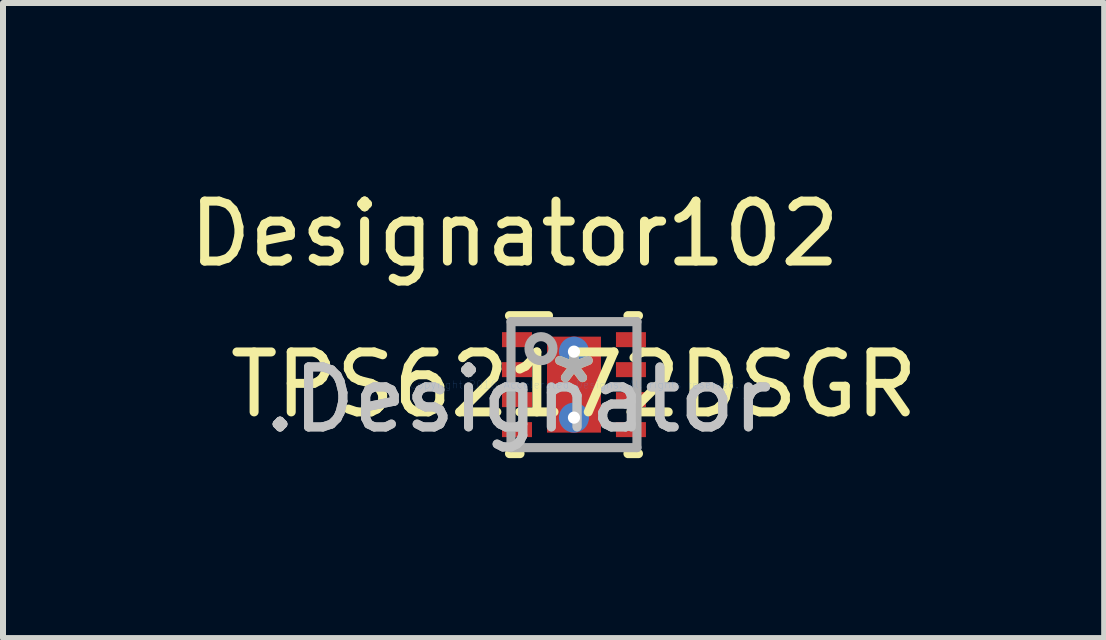
<source format=kicad_pcb>
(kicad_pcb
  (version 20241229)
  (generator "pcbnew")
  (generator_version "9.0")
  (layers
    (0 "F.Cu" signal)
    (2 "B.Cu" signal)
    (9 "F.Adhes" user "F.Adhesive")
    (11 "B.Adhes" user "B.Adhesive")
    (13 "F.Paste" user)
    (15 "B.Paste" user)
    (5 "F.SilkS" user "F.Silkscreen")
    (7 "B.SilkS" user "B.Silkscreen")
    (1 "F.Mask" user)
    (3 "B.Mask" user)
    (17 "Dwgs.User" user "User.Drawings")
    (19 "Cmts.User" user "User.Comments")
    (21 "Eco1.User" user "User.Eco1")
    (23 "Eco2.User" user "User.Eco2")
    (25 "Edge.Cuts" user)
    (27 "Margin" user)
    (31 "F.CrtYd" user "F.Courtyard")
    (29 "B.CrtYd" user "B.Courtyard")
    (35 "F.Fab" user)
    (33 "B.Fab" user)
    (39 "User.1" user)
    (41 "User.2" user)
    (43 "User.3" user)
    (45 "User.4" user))
  (footprint "TPS62172DSGR"
    (layer "F.Cu")
    (at 6.52 3.363)
    (property "Reference" "TPS62172DSGR" (at 0 0 0) (layer "F.SilkS") (effects (font (size 1 1) (thickness 0.15))))
    (attr through_hole)
    (fp_line (start -1.075 -1.15) (end -0.425 -1.15) (stroke (width 0.152) (type solid)) (layer "F.SilkS"))
    (fp_line (start -1.075 1.15) (end -0.9 1.15) (stroke (width 0.152) (type solid)) (layer "F.SilkS"))
    (fp_line (start 0.9 -1.15) (end 1.075 -1.15) (stroke (width 0.152) (type solid)) (layer "F.SilkS"))
    (fp_line (start 0.9 1.15) (end 1.075 1.15) (stroke (width 0.152) (type solid)) (layer "F.SilkS"))
    (fp_line (start -0.45 -0.751) (end -0.449 -0.761) (stroke (width 0.152) (type solid)) (layer "F.Paste"))
    (fp_line (start -0.45 -0.149) (end -0.45 -0.751) (stroke (width 0.152) (type solid)) (layer "F.Paste"))
    (fp_line (start -0.45 0.149) (end -0.449 0.139) (stroke (width 0.152) (type solid)) (layer "F.Paste"))
    (fp_line (start -0.45 0.751) (end -0.45 0.149) (stroke (width 0.152) (type solid)) (layer "F.Paste"))
    (fp_line (start -0.449 -0.761) (end -0.446 -0.77) (stroke (width 0.152) (type solid)) (layer "F.Paste"))
    (fp_line (start -0.449 -0.139) (end -0.45 -0.149) (stroke (width 0.152) (type solid)) (layer "F.Paste"))
    (fp_line (start -0.449 0.139) (end -0.446 0.13) (stroke (width 0.152) (type solid)) (layer "F.Paste"))
    (fp_line (start -0.449 0.761) (end -0.45 0.751) (stroke (width 0.152) (type solid)) (layer "F.Paste"))
    (fp_line (start -0.446 -0.77) (end -0.442 -0.778) (stroke (width 0.152) (type solid)) (layer "F.Paste"))
    (fp_line (start -0.446 -0.13) (end -0.449 -0.139) (stroke (width 0.152) (type solid)) (layer "F.Paste"))
    (fp_line (start -0.446 0.13) (end -0.442 0.122) (stroke (width 0.152) (type solid)) (layer "F.Paste"))
    (fp_line (start -0.446 0.77) (end -0.449 0.761) (stroke (width 0.152) (type solid)) (layer "F.Paste"))
    (fp_line (start -0.442 -0.778) (end -0.436 -0.786) (stroke (width 0.152) (type solid)) (layer "F.Paste"))
    (fp_line (start -0.442 -0.122) (end -0.446 -0.13) (stroke (width 0.152) (type solid)) (layer "F.Paste"))
    (fp_line (start -0.442 0.122) (end -0.436 0.114) (stroke (width 0.152) (type solid)) (layer "F.Paste"))
    (fp_line (start -0.442 0.778) (end -0.446 0.77) (stroke (width 0.152) (type solid)) (layer "F.Paste"))
    (fp_line (start -0.436 -0.786) (end -0.428 -0.792) (stroke (width 0.152) (type solid)) (layer "F.Paste"))
    (fp_line (start -0.436 -0.114) (end -0.442 -0.122) (stroke (width 0.152) (type solid)) (layer "F.Paste"))
    (fp_line (start -0.436 0.114) (end -0.428 0.108) (stroke (width 0.152) (type solid)) (layer "F.Paste"))
    (fp_line (start -0.436 0.786) (end -0.442 0.778) (stroke (width 0.152) (type solid)) (layer "F.Paste"))
    (fp_line (start -0.428 -0.792) (end -0.42 -0.796) (stroke (width 0.152) (type solid)) (layer "F.Paste"))
    (fp_line (start -0.428 -0.108) (end -0.436 -0.114) (stroke (width 0.152) (type solid)) (layer "F.Paste"))
    (fp_line (start -0.428 0.108) (end -0.42 0.104) (stroke (width 0.152) (type solid)) (layer "F.Paste"))
    (fp_line (start -0.428 0.792) (end -0.436 0.786) (stroke (width 0.152) (type solid)) (layer "F.Paste"))
    (fp_line (start -0.42 -0.796) (end -0.411 -0.799) (stroke (width 0.152) (type solid)) (layer "F.Paste"))
    (fp_line (start -0.42 -0.104) (end -0.428 -0.108) (stroke (width 0.152) (type solid)) (layer "F.Paste"))
    (fp_line (start -0.42 0.104) (end -0.411 0.101) (stroke (width 0.152) (type solid)) (layer "F.Paste"))
    (fp_line (start -0.42 0.796) (end -0.428 0.792) (stroke (width 0.152) (type solid)) (layer "F.Paste"))
    (fp_line (start -0.411 -0.799) (end -0.401 -0.8) (stroke (width 0.152) (type solid)) (layer "F.Paste"))
    (fp_line (start -0.411 -0.101) (end -0.42 -0.104) (stroke (width 0.152) (type solid)) (layer "F.Paste"))
    (fp_line (start -0.411 0.101) (end -0.401 0.1) (stroke (width 0.152) (type solid)) (layer "F.Paste"))
    (fp_line (start -0.411 0.799) (end -0.42 0.796) (stroke (width 0.152) (type solid)) (layer "F.Paste"))
    (fp_line (start -0.401 -0.8) (end 0.401 -0.8) (stroke (width 0.152) (type solid)) (layer "F.Paste"))
    (fp_line (start -0.401 -0.1) (end -0.411 -0.101) (stroke (width 0.152) (type solid)) (layer "F.Paste"))
    (fp_line (start -0.401 0.1) (end 0.401 0.1) (stroke (width 0.152) (type solid)) (layer "F.Paste"))
    (fp_line (start -0.401 0.8) (end -0.411 0.799) (stroke (width 0.152) (type solid)) (layer "F.Paste"))
    (fp_line (start 0.401 -0.8) (end 0.411 -0.799) (stroke (width 0.152) (type solid)) (layer "F.Paste"))
    (fp_line (start 0.401 -0.1) (end -0.401 -0.1) (stroke (width 0.152) (type solid)) (layer "F.Paste"))
    (fp_line (start 0.401 0.1) (end 0.411 0.101) (stroke (width 0.152) (type solid)) (layer "F.Paste"))
    (fp_line (start 0.401 0.8) (end -0.401 0.8) (stroke (width 0.152) (type solid)) (layer "F.Paste"))
    (fp_line (start 0.411 -0.799) (end 0.42 -0.796) (stroke (width 0.152) (type solid)) (layer "F.Paste"))
    (fp_line (start 0.411 -0.101) (end 0.401 -0.1) (stroke (width 0.152) (type solid)) (layer "F.Paste"))
    (fp_line (start 0.411 0.101) (end 0.42 0.104) (stroke (width 0.152) (type solid)) (layer "F.Paste"))
    (fp_line (start 0.411 0.799) (end 0.401 0.8) (stroke (width 0.152) (type solid)) (layer "F.Paste"))
    (fp_line (start 0.42 -0.796) (end 0.428 -0.792) (stroke (width 0.152) (type solid)) (layer "F.Paste"))
    (fp_line (start 0.42 -0.104) (end 0.411 -0.101) (stroke (width 0.152) (type solid)) (layer "F.Paste"))
    (fp_line (start 0.42 0.104) (end 0.428 0.108) (stroke (width 0.152) (type solid)) (layer "F.Paste"))
    (fp_line (start 0.42 0.796) (end 0.411 0.799) (stroke (width 0.152) (type solid)) (layer "F.Paste"))
    (fp_line (start 0.428 -0.792) (end 0.436 -0.786) (stroke (width 0.152) (type solid)) (layer "F.Paste"))
    (fp_line (start 0.428 -0.108) (end 0.42 -0.104) (stroke (width 0.152) (type solid)) (layer "F.Paste"))
    (fp_line (start 0.428 0.108) (end 0.436 0.114) (stroke (width 0.152) (type solid)) (layer "F.Paste"))
    (fp_line (start 0.428 0.792) (end 0.42 0.796) (stroke (width 0.152) (type solid)) (layer "F.Paste"))
    (fp_line (start 0.436 -0.786) (end 0.442 -0.778) (stroke (width 0.152) (type solid)) (layer "F.Paste"))
    (fp_line (start 0.436 -0.114) (end 0.428 -0.108) (stroke (width 0.152) (type solid)) (layer "F.Paste"))
    (fp_line (start 0.436 0.114) (end 0.442 0.122) (stroke (width 0.152) (type solid)) (layer "F.Paste"))
    (fp_line (start 0.436 0.786) (end 0.428 0.792) (stroke (width 0.152) (type solid)) (layer "F.Paste"))
    (fp_line (start 0.442 -0.778) (end 0.446 -0.77) (stroke (width 0.152) (type solid)) (layer "F.Paste"))
    (fp_line (start 0.442 -0.122) (end 0.436 -0.114) (stroke (width 0.152) (type solid)) (layer "F.Paste"))
    (fp_line (start 0.442 0.122) (end 0.446 0.13) (stroke (width 0.152) (type solid)) (layer "F.Paste"))
    (fp_line (start 0.442 0.778) (end 0.436 0.786) (stroke (width 0.152) (type solid)) (layer "F.Paste"))
    (fp_line (start 0.446 -0.77) (end 0.449 -0.761) (stroke (width 0.152) (type solid)) (layer "F.Paste"))
    (fp_line (start 0.446 -0.13) (end 0.442 -0.122) (stroke (width 0.152) (type solid)) (layer "F.Paste"))
    (fp_line (start 0.446 0.13) (end 0.449 0.139) (stroke (width 0.152) (type solid)) (layer "F.Paste"))
    (fp_line (start 0.446 0.77) (end 0.442 0.778) (stroke (width 0.152) (type solid)) (layer "F.Paste"))
    (fp_line (start 0.449 -0.761) (end 0.45 -0.751) (stroke (width 0.152) (type solid)) (layer "F.Paste"))
    (fp_line (start 0.449 -0.139) (end 0.446 -0.13) (stroke (width 0.152) (type solid)) (layer "F.Paste"))
    (fp_line (start 0.449 0.139) (end 0.45 0.149) (stroke (width 0.152) (type solid)) (layer "F.Paste"))
    (fp_line (start 0.449 0.761) (end 0.446 0.77) (stroke (width 0.152) (type solid)) (layer "F.Paste"))
    (fp_line (start 0.45 -0.751) (end 0.45 -0.149) (stroke (width 0.152) (type solid)) (layer "F.Paste"))
    (fp_line (start 0.45 -0.149) (end 0.449 -0.139) (stroke (width 0.152) (type solid)) (layer "F.Paste"))
    (fp_line (start 0.45 0.149) (end 0.45 0.751) (stroke (width 0.152) (type solid)) (layer "F.Paste"))
    (fp_line (start 0.45 0.751) (end 0.449 0.761) (stroke (width 0.152) (type solid)) (layer "F.Paste"))
    (fp_line (start -1.05 -1.05) (end 1.05 -1.05) (stroke (width 0.152) (type solid)) (layer "F.Fab"))
    (fp_line (start -1.05 1.05) (end -1.05 -1.05) (stroke (width 0.152) (type solid)) (layer "F.Fab"))
    (fp_line (start -1.05 1.05) (end 1.05 1.05) (stroke (width 0.152) (type solid)) (layer "F.Fab"))
    (fp_line (start 1.05 1.05) (end 1.05 -1.05) (stroke (width 0.152) (type solid)) (layer "F.Fab"))
    (fp_circle (center -0.55 -0.6) (end -0.35 -0.6) (stroke (width 0.152) (type solid)) (fill no) (layer "F.Fab"))
    (fp_text user "*" (at 0 0 0) (layer "F.SilkS") (effects (font (size 1 1) (thickness 0.15))))
    (fp_text user "Designator102" (at -0.991 -2.515 0) (layer "F.SilkS") (effects (font (size 1 1) (thickness 0.15))))
    (fp_text user ".Designator" (at -0.925 0.25 0) (layer "Dwgs.User") (effects (font (size 1 1) (thickness 0.15))))
    (fp_text user "Copyright 2016 Accelerated Designs. All rights reserved." (at 0 0 0) (layer "Cmts.User") (effects (font (size 0.127 0.127) (thickness 0.002))))
    (fp_text user "*" (at 0 0 0) (layer "F.Fab") (effects (font (size 1 1) (thickness 0.15))))
    (fp_text user ".Designator" (at -0.925 0.25 0) (layer "F.Fab") (effects (font (size 1 1) (thickness 0.15))))
    (pad "1" smd rect (at -0.95 -0.75 90) (size 0.25 0.5) (layers "F.Cu" "F.Mask" "F.Paste"))
    (pad "2" smd rect (at -0.95 -0.25 90) (size 0.25 0.5) (layers "F.Cu" "F.Mask" "F.Paste"))
    (pad "3" smd rect (at -0.95 0.25 90) (size 0.25 0.5) (layers "F.Cu" "F.Mask" "F.Paste"))
    (pad "4" smd rect (at -0.95 0.75 90) (size 0.25 0.5) (layers "F.Cu" "F.Mask" "F.Paste"))
    (pad "5" smd rect (at 0.95 0.75 90) (size 0.25 0.5) (layers "F.Cu" "F.Mask" "F.Paste"))
    (pad "6" smd rect (at 0.95 0.25 90) (size 0.25 0.5) (layers "F.Cu" "F.Mask" "F.Paste"))
    (pad "7" smd rect (at 0.95 -0.25 90) (size 0.25 0.5) (layers "F.Cu" "F.Mask" "F.Paste"))
    (pad "8" smd rect (at 0.95 -0.75 90) (size 0.25 0.5) (layers "F.Cu" "F.Mask" "F.Paste"))
    (pad "9" smd rect (at 0 -0.000003) (size 0.9 1.6) (layers "F.Cu" "F.Mask" "F.Paste"))
    (pad "V" thru_hole circle (at 0 -0.55) (size 0.5 0.5) (drill 0.203) (layers "*.Cu" "*.Mask"))
    (pad "V" thru_hole circle (at 0 0.55) (size 0.5 0.5) (drill 0.203) (layers "*.Cu" "*.Mask")))
  (gr_rect
    (start -3 -3)
    (end 15.36 7.589)
    (stroke (width 0.1) (type default))
    (fill no)
    (layer "Edge.Cuts")))
</source>
